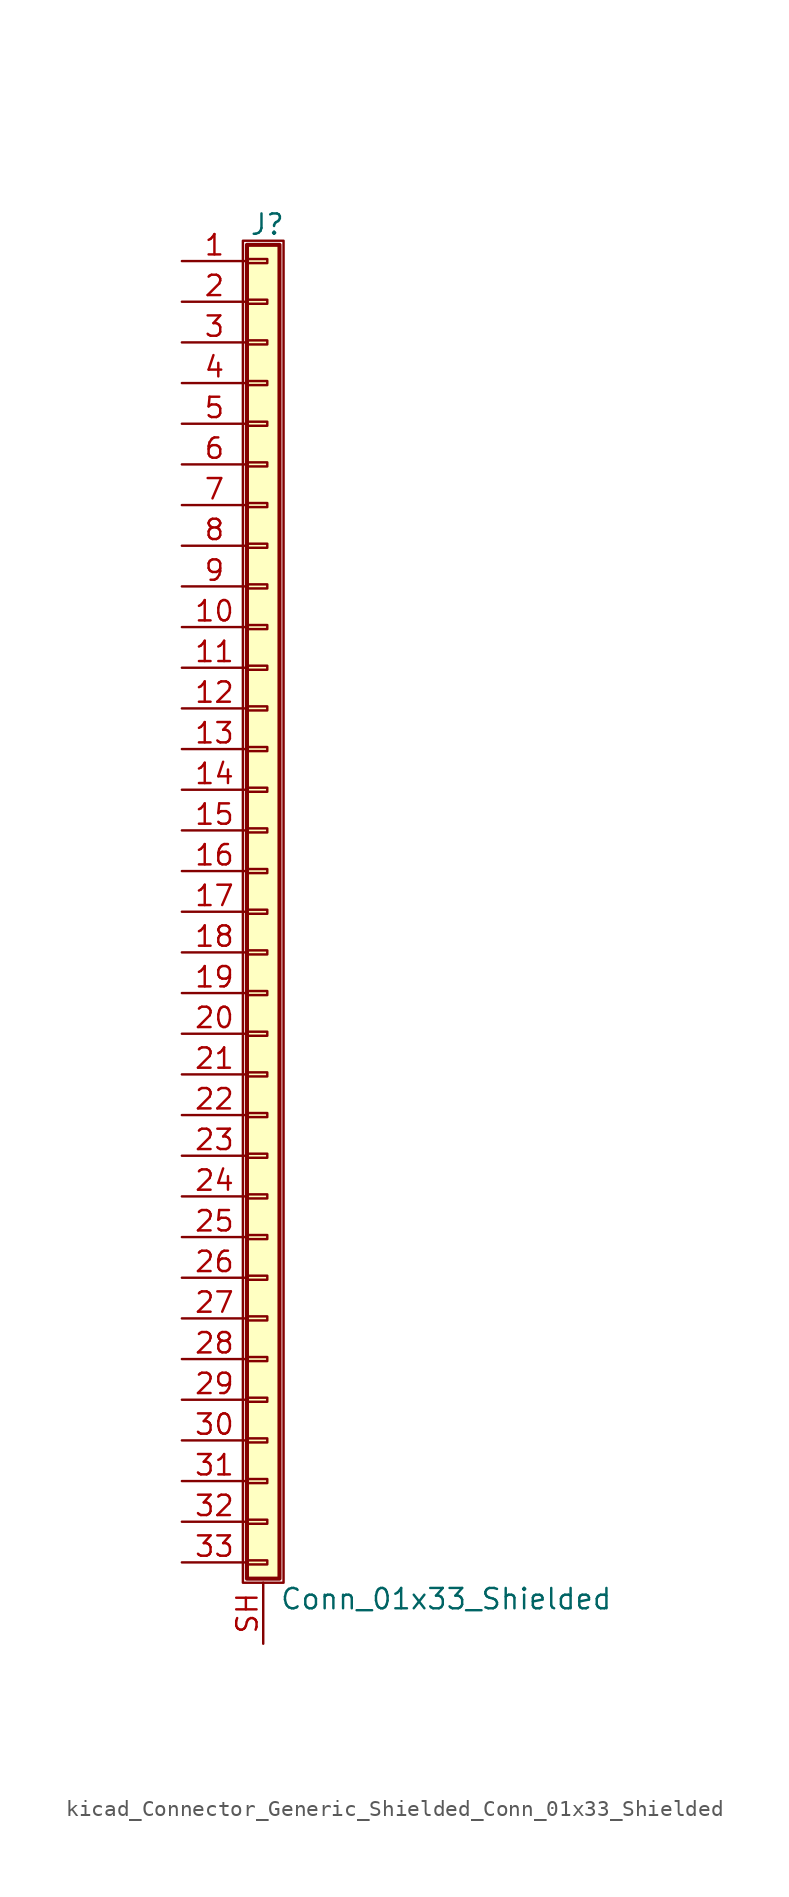
<source format=kicad_sym>
(kicad_symbol_lib
  (version 20220914)
  (generator kicad_symbol_editor)
  (symbol "kicad_Connector_Generic_Shielded_Conn_01x33_Shielded"
    (pin_names
      (offset 1.016) hide)
    (property "Reference" "J"
      (at 0.254 42.926 0)
      (effects (font (size 1.27 1.27))))
    (property "Value" "Conn_01x33_Shielded"
      (at 1.016 -42.926 0)
      (effects (font (size 1.27 1.27)) (justify left)))
    (symbol "kicad_Connector_Generic_Shielded_Conn_01x33_Shielded_1_1"
      (rectangle (start -1.27 41.91) (end 1.27 -41.91) (stroke (width 0.152) (type default)) (fill (type none)))
      (rectangle (start -1.016 -40.513) (end 0.254 -40.767) (stroke (width 0.152) (type default)) (fill (type none)))
      (rectangle (start -1.016 -37.973) (end 0.254 -38.227) (stroke (width 0.152) (type default)) (fill (type none)))
      (rectangle (start -1.016 -35.433) (end 0.254 -35.687) (stroke (width 0.152) (type default)) (fill (type none)))
      (rectangle (start -1.016 -32.893) (end 0.254 -33.147) (stroke (width 0.152) (type default)) (fill (type none)))
      (rectangle (start -1.016 -30.353) (end 0.254 -30.607) (stroke (width 0.152) (type default)) (fill (type none)))
      (rectangle (start -1.016 -27.813) (end 0.254 -28.067) (stroke (width 0.152) (type default)) (fill (type none)))
      (rectangle (start -1.016 -25.273) (end 0.254 -25.527) (stroke (width 0.152) (type default)) (fill (type none)))
      (rectangle (start -1.016 -22.733) (end 0.254 -22.987) (stroke (width 0.152) (type default)) (fill (type none)))
      (rectangle (start -1.016 -20.193) (end 0.254 -20.447) (stroke (width 0.152) (type default)) (fill (type none)))
      (rectangle (start -1.016 -17.653) (end 0.254 -17.907) (stroke (width 0.152) (type default)) (fill (type none)))
      (rectangle (start -1.016 -15.113) (end 0.254 -15.367) (stroke (width 0.152) (type default)) (fill (type none)))
      (rectangle (start -1.016 -12.573) (end 0.254 -12.827) (stroke (width 0.152) (type default)) (fill (type none)))
      (rectangle (start -1.016 -10.033) (end 0.254 -10.287) (stroke (width 0.152) (type default)) (fill (type none)))
      (rectangle (start -1.016 -7.493) (end 0.254 -7.747) (stroke (width 0.152) (type default)) (fill (type none)))
      (rectangle (start -1.016 -4.953) (end 0.254 -5.207) (stroke (width 0.152) (type default)) (fill (type none)))
      (rectangle (start -1.016 -2.413) (end 0.254 -2.667) (stroke (width 0.152) (type default)) (fill (type none)))
      (rectangle (start -1.016 0.127) (end 0.254 -0.127) (stroke (width 0.152) (type default)) (fill (type none)))
      (rectangle (start -1.016 2.667) (end 0.254 2.413) (stroke (width 0.152) (type default)) (fill (type none)))
      (rectangle (start -1.016 5.207) (end 0.254 4.953) (stroke (width 0.152) (type default)) (fill (type none)))
      (rectangle (start -1.016 7.747) (end 0.254 7.493) (stroke (width 0.152) (type default)) (fill (type none)))
      (rectangle (start -1.016 10.287) (end 0.254 10.033) (stroke (width 0.152) (type default)) (fill (type none)))
      (rectangle (start -1.016 12.827) (end 0.254 12.573) (stroke (width 0.152) (type default)) (fill (type none)))
      (rectangle (start -1.016 15.367) (end 0.254 15.113) (stroke (width 0.152) (type default)) (fill (type none)))
      (rectangle (start -1.016 17.907) (end 0.254 17.653) (stroke (width 0.152) (type default)) (fill (type none)))
      (rectangle (start -1.016 20.447) (end 0.254 20.193) (stroke (width 0.152) (type default)) (fill (type none)))
      (rectangle (start -1.016 22.987) (end 0.254 22.733) (stroke (width 0.152) (type default)) (fill (type none)))
      (rectangle (start -1.016 25.527) (end 0.254 25.273) (stroke (width 0.152) (type default)) (fill (type none)))
      (rectangle (start -1.016 28.067) (end 0.254 27.813) (stroke (width 0.152) (type default)) (fill (type none)))
      (rectangle (start -1.016 30.607) (end 0.254 30.353) (stroke (width 0.152) (type default)) (fill (type none)))
      (rectangle (start -1.016 33.147) (end 0.254 32.893) (stroke (width 0.152) (type default)) (fill (type none)))
      (rectangle (start -1.016 35.687) (end 0.254 35.433) (stroke (width 0.152) (type default)) (fill (type none)))
      (rectangle (start -1.016 38.227) (end 0.254 37.973) (stroke (width 0.152) (type default)) (fill (type none)))
      (rectangle (start -1.016 40.767) (end 0.254 40.513) (stroke (width 0.152) (type default)) (fill (type none)))
      (rectangle (start -1.016 41.656) (end 1.016 -41.656) (stroke (width 0.254) (type default)) (fill (type background)))
      (pin passive line (at -5.08 40.64 0) (length 4.064) (name "Pin_1" (effects (font (size 1.27 1.27)))) (number "1" (effects (font (size 1.27 1.27)))))
      (pin passive line (at -5.08 17.78 0) (length 4.064) (name "Pin_10" (effects (font (size 1.27 1.27)))) (number "10" (effects (font (size 1.27 1.27)))))
      (pin passive line (at -5.08 15.24 0) (length 4.064) (name "Pin_11" (effects (font (size 1.27 1.27)))) (number "11" (effects (font (size 1.27 1.27)))))
      (pin passive line (at -5.08 12.7 0) (length 4.064) (name "Pin_12" (effects (font (size 1.27 1.27)))) (number "12" (effects (font (size 1.27 1.27)))))
      (pin passive line (at -5.08 10.16 0) (length 4.064) (name "Pin_13" (effects (font (size 1.27 1.27)))) (number "13" (effects (font (size 1.27 1.27)))))
      (pin passive line (at -5.08 7.62 0) (length 4.064) (name "Pin_14" (effects (font (size 1.27 1.27)))) (number "14" (effects (font (size 1.27 1.27)))))
      (pin passive line (at -5.08 5.08 0) (length 4.064) (name "Pin_15" (effects (font (size 1.27 1.27)))) (number "15" (effects (font (size 1.27 1.27)))))
      (pin passive line (at -5.08 2.54 0) (length 4.064) (name "Pin_16" (effects (font (size 1.27 1.27)))) (number "16" (effects (font (size 1.27 1.27)))))
      (pin passive line (at -5.08 0 0) (length 4.064) (name "Pin_17" (effects (font (size 1.27 1.27)))) (number "17" (effects (font (size 1.27 1.27)))))
      (pin passive line (at -5.08 -2.54 0) (length 4.064) (name "Pin_18" (effects (font (size 1.27 1.27)))) (number "18" (effects (font (size 1.27 1.27)))))
      (pin passive line (at -5.08 -5.08 0) (length 4.064) (name "Pin_19" (effects (font (size 1.27 1.27)))) (number "19" (effects (font (size 1.27 1.27)))))
      (pin passive line (at -5.08 38.1 0) (length 4.064) (name "Pin_2" (effects (font (size 1.27 1.27)))) (number "2" (effects (font (size 1.27 1.27)))))
      (pin passive line (at -5.08 -7.62 0) (length 4.064) (name "Pin_20" (effects (font (size 1.27 1.27)))) (number "20" (effects (font (size 1.27 1.27)))))
      (pin passive line (at -5.08 -10.16 0) (length 4.064) (name "Pin_21" (effects (font (size 1.27 1.27)))) (number "21" (effects (font (size 1.27 1.27)))))
      (pin passive line (at -5.08 -12.7 0) (length 4.064) (name "Pin_22" (effects (font (size 1.27 1.27)))) (number "22" (effects (font (size 1.27 1.27)))))
      (pin passive line (at -5.08 -15.24 0) (length 4.064) (name "Pin_23" (effects (font (size 1.27 1.27)))) (number "23" (effects (font (size 1.27 1.27)))))
      (pin passive line (at -5.08 -17.78 0) (length 4.064) (name "Pin_24" (effects (font (size 1.27 1.27)))) (number "24" (effects (font (size 1.27 1.27)))))
      (pin passive line (at -5.08 -20.32 0) (length 4.064) (name "Pin_25" (effects (font (size 1.27 1.27)))) (number "25" (effects (font (size 1.27 1.27)))))
      (pin passive line (at -5.08 -22.86 0) (length 4.064) (name "Pin_26" (effects (font (size 1.27 1.27)))) (number "26" (effects (font (size 1.27 1.27)))))
      (pin passive line (at -5.08 -25.4 0) (length 4.064) (name "Pin_27" (effects (font (size 1.27 1.27)))) (number "27" (effects (font (size 1.27 1.27)))))
      (pin passive line (at -5.08 -27.94 0) (length 4.064) (name "Pin_28" (effects (font (size 1.27 1.27)))) (number "28" (effects (font (size 1.27 1.27)))))
      (pin passive line (at -5.08 -30.48 0) (length 4.064) (name "Pin_29" (effects (font (size 1.27 1.27)))) (number "29" (effects (font (size 1.27 1.27)))))
      (pin passive line (at -5.08 35.56 0) (length 4.064) (name "Pin_3" (effects (font (size 1.27 1.27)))) (number "3" (effects (font (size 1.27 1.27)))))
      (pin passive line (at -5.08 -33.02 0) (length 4.064) (name "Pin_30" (effects (font (size 1.27 1.27)))) (number "30" (effects (font (size 1.27 1.27)))))
      (pin passive line (at -5.08 -35.56 0) (length 4.064) (name "Pin_31" (effects (font (size 1.27 1.27)))) (number "31" (effects (font (size 1.27 1.27)))))
      (pin passive line (at -5.08 -38.1 0) (length 4.064) (name "Pin_32" (effects (font (size 1.27 1.27)))) (number "32" (effects (font (size 1.27 1.27)))))
      (pin passive line (at -5.08 -40.64 0) (length 4.064) (name "Pin_33" (effects (font (size 1.27 1.27)))) (number "33" (effects (font (size 1.27 1.27)))))
      (pin passive line (at -5.08 33.02 0) (length 4.064) (name "Pin_4" (effects (font (size 1.27 1.27)))) (number "4" (effects (font (size 1.27 1.27)))))
      (pin passive line (at -5.08 30.48 0) (length 4.064) (name "Pin_5" (effects (font (size 1.27 1.27)))) (number "5" (effects (font (size 1.27 1.27)))))
      (pin passive line (at -5.08 27.94 0) (length 4.064) (name "Pin_6" (effects (font (size 1.27 1.27)))) (number "6" (effects (font (size 1.27 1.27)))))
      (pin passive line (at -5.08 25.4 0) (length 4.064) (name "Pin_7" (effects (font (size 1.27 1.27)))) (number "7" (effects (font (size 1.27 1.27)))))
      (pin passive line (at -5.08 22.86 0) (length 4.064) (name "Pin_8" (effects (font (size 1.27 1.27)))) (number "8" (effects (font (size 1.27 1.27)))))
      (pin passive line (at -5.08 20.32 0) (length 4.064) (name "Pin_9" (effects (font (size 1.27 1.27)))) (number "9" (effects (font (size 1.27 1.27)))))
      (pin passive line (at 0 -45.72 90) (length 3.81) (name "Shield" (effects (font (size 1.27 1.27)))) (number "SH" (effects (font (size 1.27 1.27))))))))
</source>
